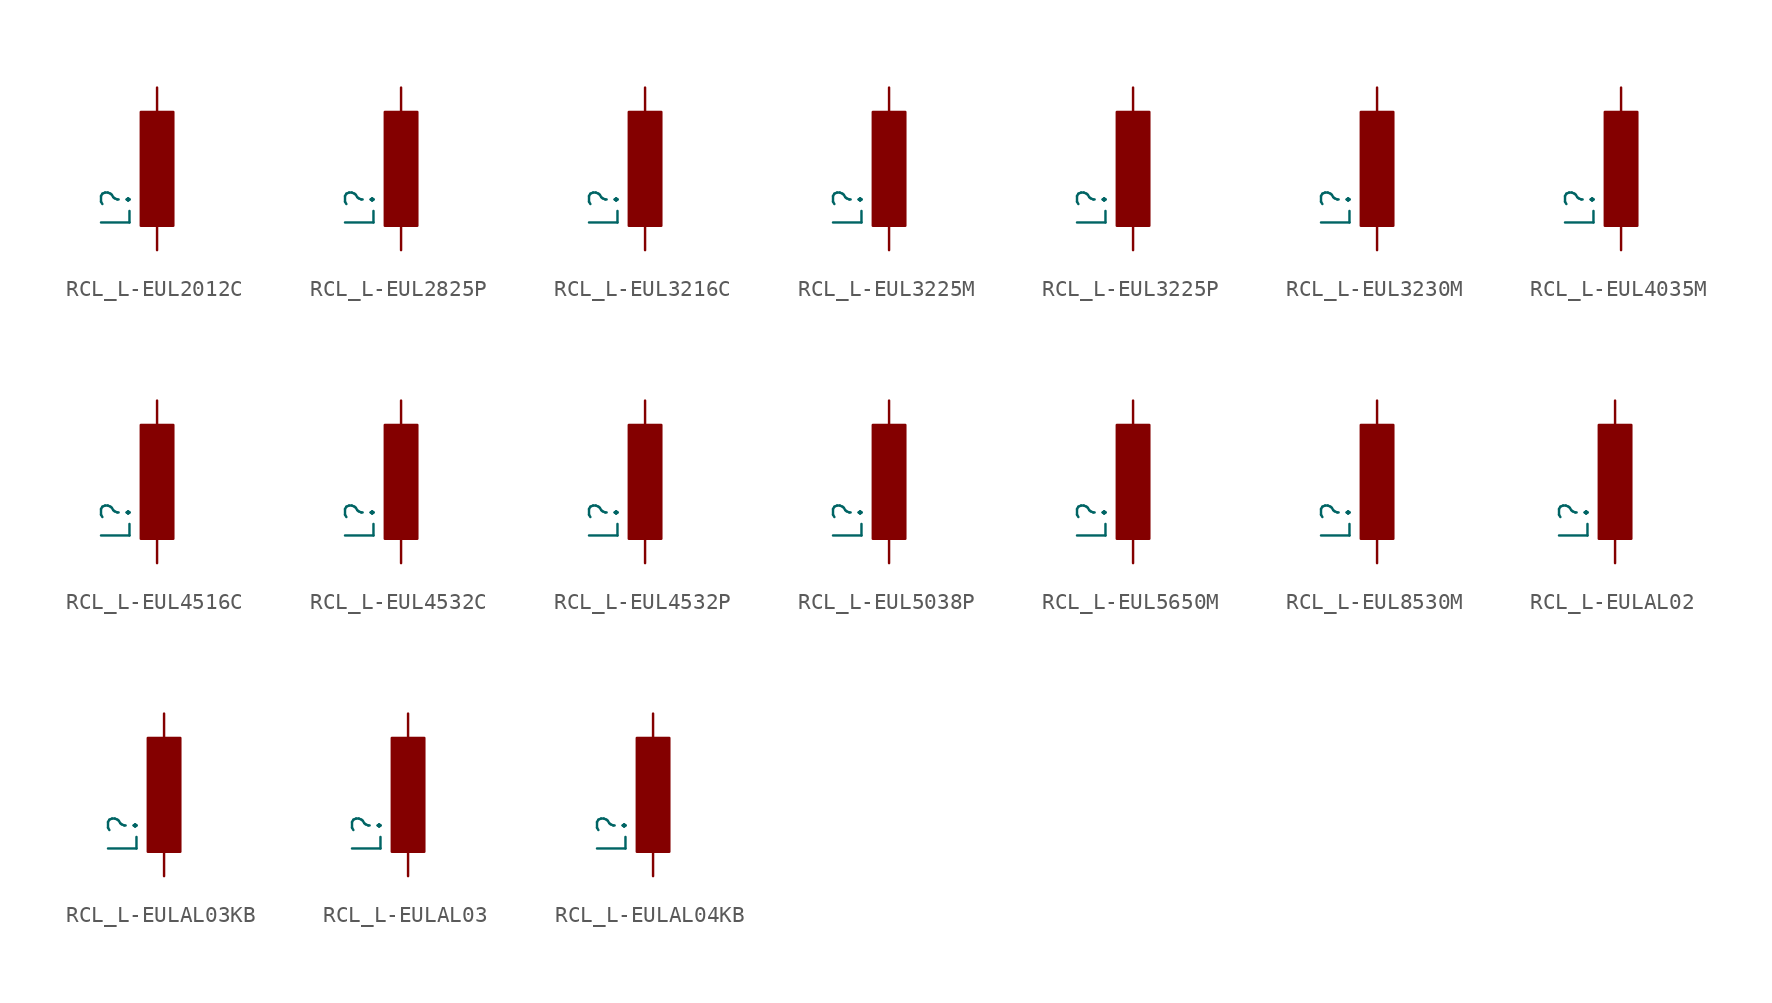
<source format=kicad_sym>
(kicad_symbol_lib
  (version 20241209)
  (generator "kicad_symbol_editor")
  (generator_version "9.0")
  (symbol "RCL_L-EUL2012C"
    (property "Reference" "L"
      (at -1.499 -3.81 90)
      (effects (font (size 1.778 1.511)) (justify left bottom)))
    (property "Value" ""
      (at 3.302 -3.81 90)
      (effects (font (size 1.778 1.511)) (justify left bottom)))
    (property "ki_locked" ""
      (at 0 0 0)
      (effects (font (size 1.27 1.27))))
    (symbol "RCL_L-EUL2012C_1_0"
      (rectangle (start -1.016 -3.556) (end 1.016 3.556) (stroke (width 0) (type default)) (fill (type outline)))
      (pin passive line (at 0 5.08 270) (length 2.54) (name "1" (effects (font (size 0 0)))) (number "1" (effects (font (size 0 0)))))
      (pin passive line (at 0 -5.08 90) (length 2.54) (name "2" (effects (font (size 0 0)))) (number "2" (effects (font (size 0 0)))))))
  (symbol "RCL_L-EUL2825P"
    (property "Reference" "L"
      (at -1.499 -3.81 90)
      (effects (font (size 1.778 1.511)) (justify left bottom)))
    (property "Value" ""
      (at 3.302 -3.81 90)
      (effects (font (size 1.778 1.511)) (justify left bottom)))
    (property "ki_locked" ""
      (at 0 0 0)
      (effects (font (size 1.27 1.27))))
    (symbol "RCL_L-EUL2825P_1_0"
      (rectangle (start -1.016 -3.556) (end 1.016 3.556) (stroke (width 0) (type default)) (fill (type outline)))
      (pin passive line (at 0 5.08 270) (length 2.54) (name "1" (effects (font (size 0 0)))) (number "1" (effects (font (size 0 0)))))
      (pin passive line (at 0 -5.08 90) (length 2.54) (name "2" (effects (font (size 0 0)))) (number "2" (effects (font (size 0 0)))))))
  (symbol "RCL_L-EUL3216C"
    (property "Reference" "L"
      (at -1.499 -3.81 90)
      (effects (font (size 1.778 1.511)) (justify left bottom)))
    (property "Value" ""
      (at 3.302 -3.81 90)
      (effects (font (size 1.778 1.511)) (justify left bottom)))
    (property "ki_locked" ""
      (at 0 0 0)
      (effects (font (size 1.27 1.27))))
    (symbol "RCL_L-EUL3216C_1_0"
      (rectangle (start -1.016 -3.556) (end 1.016 3.556) (stroke (width 0) (type default)) (fill (type outline)))
      (pin passive line (at 0 5.08 270) (length 2.54) (name "1" (effects (font (size 0 0)))) (number "1" (effects (font (size 0 0)))))
      (pin passive line (at 0 -5.08 90) (length 2.54) (name "2" (effects (font (size 0 0)))) (number "2" (effects (font (size 0 0)))))))
  (symbol "RCL_L-EUL3225M"
    (property "Reference" "L"
      (at -1.499 -3.81 90)
      (effects (font (size 1.778 1.511)) (justify left bottom)))
    (property "Value" ""
      (at 3.302 -3.81 90)
      (effects (font (size 1.778 1.511)) (justify left bottom)))
    (property "ki_locked" ""
      (at 0 0 0)
      (effects (font (size 1.27 1.27))))
    (symbol "RCL_L-EUL3225M_1_0"
      (rectangle (start -1.016 -3.556) (end 1.016 3.556) (stroke (width 0) (type default)) (fill (type outline)))
      (pin passive line (at 0 5.08 270) (length 2.54) (name "1" (effects (font (size 0 0)))) (number "1" (effects (font (size 0 0)))))
      (pin passive line (at 0 -5.08 90) (length 2.54) (name "2" (effects (font (size 0 0)))) (number "2" (effects (font (size 0 0)))))))
  (symbol "RCL_L-EUL3225P"
    (property "Reference" "L"
      (at -1.499 -3.81 90)
      (effects (font (size 1.778 1.511)) (justify left bottom)))
    (property "Value" ""
      (at 3.302 -3.81 90)
      (effects (font (size 1.778 1.511)) (justify left bottom)))
    (property "ki_locked" ""
      (at 0 0 0)
      (effects (font (size 1.27 1.27))))
    (symbol "RCL_L-EUL3225P_1_0"
      (rectangle (start -1.016 -3.556) (end 1.016 3.556) (stroke (width 0) (type default)) (fill (type outline)))
      (pin passive line (at 0 5.08 270) (length 2.54) (name "1" (effects (font (size 0 0)))) (number "1" (effects (font (size 0 0)))))
      (pin passive line (at 0 -5.08 90) (length 2.54) (name "2" (effects (font (size 0 0)))) (number "2" (effects (font (size 0 0)))))))
  (symbol "RCL_L-EUL3230M"
    (property "Reference" "L"
      (at -1.499 -3.81 90)
      (effects (font (size 1.778 1.511)) (justify left bottom)))
    (property "Value" ""
      (at 3.302 -3.81 90)
      (effects (font (size 1.778 1.511)) (justify left bottom)))
    (property "ki_locked" ""
      (at 0 0 0)
      (effects (font (size 1.27 1.27))))
    (symbol "RCL_L-EUL3230M_1_0"
      (rectangle (start -1.016 -3.556) (end 1.016 3.556) (stroke (width 0) (type default)) (fill (type outline)))
      (pin passive line (at 0 5.08 270) (length 2.54) (name "1" (effects (font (size 0 0)))) (number "1" (effects (font (size 0 0)))))
      (pin passive line (at 0 -5.08 90) (length 2.54) (name "2" (effects (font (size 0 0)))) (number "2" (effects (font (size 0 0)))))))
  (symbol "RCL_L-EUL4035M"
    (property "Reference" "L"
      (at -1.499 -3.81 90)
      (effects (font (size 1.778 1.511)) (justify left bottom)))
    (property "Value" ""
      (at 3.302 -3.81 90)
      (effects (font (size 1.778 1.511)) (justify left bottom)))
    (property "ki_locked" ""
      (at 0 0 0)
      (effects (font (size 1.27 1.27))))
    (symbol "RCL_L-EUL4035M_1_0"
      (rectangle (start -1.016 -3.556) (end 1.016 3.556) (stroke (width 0) (type default)) (fill (type outline)))
      (pin passive line (at 0 5.08 270) (length 2.54) (name "1" (effects (font (size 0 0)))) (number "1" (effects (font (size 0 0)))))
      (pin passive line (at 0 -5.08 90) (length 2.54) (name "2" (effects (font (size 0 0)))) (number "2" (effects (font (size 0 0)))))))
  (symbol "RCL_L-EUL4516C"
    (property "Reference" "L"
      (at -1.499 -3.81 90)
      (effects (font (size 1.778 1.511)) (justify left bottom)))
    (property "Value" ""
      (at 3.302 -3.81 90)
      (effects (font (size 1.778 1.511)) (justify left bottom)))
    (property "ki_locked" ""
      (at 0 0 0)
      (effects (font (size 1.27 1.27))))
    (symbol "RCL_L-EUL4516C_1_0"
      (rectangle (start -1.016 -3.556) (end 1.016 3.556) (stroke (width 0) (type default)) (fill (type outline)))
      (pin passive line (at 0 5.08 270) (length 2.54) (name "1" (effects (font (size 0 0)))) (number "1" (effects (font (size 0 0)))))
      (pin passive line (at 0 -5.08 90) (length 2.54) (name "2" (effects (font (size 0 0)))) (number "2" (effects (font (size 0 0)))))))
  (symbol "RCL_L-EUL4532C"
    (property "Reference" "L"
      (at -1.499 -3.81 90)
      (effects (font (size 1.778 1.511)) (justify left bottom)))
    (property "Value" ""
      (at 3.302 -3.81 90)
      (effects (font (size 1.778 1.511)) (justify left bottom)))
    (property "ki_locked" ""
      (at 0 0 0)
      (effects (font (size 1.27 1.27))))
    (symbol "RCL_L-EUL4532C_1_0"
      (rectangle (start -1.016 -3.556) (end 1.016 3.556) (stroke (width 0) (type default)) (fill (type outline)))
      (pin passive line (at 0 5.08 270) (length 2.54) (name "1" (effects (font (size 0 0)))) (number "1" (effects (font (size 0 0)))))
      (pin passive line (at 0 -5.08 90) (length 2.54) (name "2" (effects (font (size 0 0)))) (number "2" (effects (font (size 0 0)))))))
  (symbol "RCL_L-EUL4532P"
    (property "Reference" "L"
      (at -1.499 -3.81 90)
      (effects (font (size 1.778 1.511)) (justify left bottom)))
    (property "Value" ""
      (at 3.302 -3.81 90)
      (effects (font (size 1.778 1.511)) (justify left bottom)))
    (property "ki_locked" ""
      (at 0 0 0)
      (effects (font (size 1.27 1.27))))
    (symbol "RCL_L-EUL4532P_1_0"
      (rectangle (start -1.016 -3.556) (end 1.016 3.556) (stroke (width 0) (type default)) (fill (type outline)))
      (pin passive line (at 0 5.08 270) (length 2.54) (name "1" (effects (font (size 0 0)))) (number "1" (effects (font (size 0 0)))))
      (pin passive line (at 0 -5.08 90) (length 2.54) (name "2" (effects (font (size 0 0)))) (number "2" (effects (font (size 0 0)))))))
  (symbol "RCL_L-EUL5038P"
    (property "Reference" "L"
      (at -1.499 -3.81 90)
      (effects (font (size 1.778 1.511)) (justify left bottom)))
    (property "Value" ""
      (at 3.302 -3.81 90)
      (effects (font (size 1.778 1.511)) (justify left bottom)))
    (property "ki_locked" ""
      (at 0 0 0)
      (effects (font (size 1.27 1.27))))
    (symbol "RCL_L-EUL5038P_1_0"
      (rectangle (start -1.016 -3.556) (end 1.016 3.556) (stroke (width 0) (type default)) (fill (type outline)))
      (pin passive line (at 0 5.08 270) (length 2.54) (name "1" (effects (font (size 0 0)))) (number "1" (effects (font (size 0 0)))))
      (pin passive line (at 0 -5.08 90) (length 2.54) (name "2" (effects (font (size 0 0)))) (number "2" (effects (font (size 0 0)))))))
  (symbol "RCL_L-EUL5650M"
    (property "Reference" "L"
      (at -1.499 -3.81 90)
      (effects (font (size 1.778 1.511)) (justify left bottom)))
    (property "Value" ""
      (at 3.302 -3.81 90)
      (effects (font (size 1.778 1.511)) (justify left bottom)))
    (property "ki_locked" ""
      (at 0 0 0)
      (effects (font (size 1.27 1.27))))
    (symbol "RCL_L-EUL5650M_1_0"
      (rectangle (start -1.016 -3.556) (end 1.016 3.556) (stroke (width 0) (type default)) (fill (type outline)))
      (pin passive line (at 0 5.08 270) (length 2.54) (name "1" (effects (font (size 0 0)))) (number "1" (effects (font (size 0 0)))))
      (pin passive line (at 0 -5.08 90) (length 2.54) (name "2" (effects (font (size 0 0)))) (number "2" (effects (font (size 0 0)))))))
  (symbol "RCL_L-EUL8530M"
    (property "Reference" "L"
      (at -1.499 -3.81 90)
      (effects (font (size 1.778 1.511)) (justify left bottom)))
    (property "Value" ""
      (at 3.302 -3.81 90)
      (effects (font (size 1.778 1.511)) (justify left bottom)))
    (property "ki_locked" ""
      (at 0 0 0)
      (effects (font (size 1.27 1.27))))
    (symbol "RCL_L-EUL8530M_1_0"
      (rectangle (start -1.016 -3.556) (end 1.016 3.556) (stroke (width 0) (type default)) (fill (type outline)))
      (pin passive line (at 0 5.08 270) (length 2.54) (name "1" (effects (font (size 0 0)))) (number "1" (effects (font (size 0 0)))))
      (pin passive line (at 0 -5.08 90) (length 2.54) (name "2" (effects (font (size 0 0)))) (number "2" (effects (font (size 0 0)))))))
  (symbol "RCL_L-EULAL02"
    (property "Reference" "L"
      (at -1.499 -3.81 90)
      (effects (font (size 1.778 1.511)) (justify left bottom)))
    (property "Value" ""
      (at 3.302 -3.81 90)
      (effects (font (size 1.778 1.511)) (justify left bottom)))
    (property "ki_locked" ""
      (at 0 0 0)
      (effects (font (size 1.27 1.27))))
    (symbol "RCL_L-EULAL02_1_0"
      (rectangle (start -1.016 -3.556) (end 1.016 3.556) (stroke (width 0) (type default)) (fill (type outline)))
      (pin passive line (at 0 5.08 270) (length 2.54) (name "1" (effects (font (size 0 0)))) (number "1" (effects (font (size 0 0)))))
      (pin passive line (at 0 -5.08 90) (length 2.54) (name "2" (effects (font (size 0 0)))) (number "2" (effects (font (size 0 0)))))))
  (symbol "RCL_L-EULAL03KB"
    (property "Reference" "L"
      (at -1.499 -3.81 90)
      (effects (font (size 1.778 1.511)) (justify left bottom)))
    (property "Value" ""
      (at 3.302 -3.81 90)
      (effects (font (size 1.778 1.511)) (justify left bottom)))
    (property "ki_locked" ""
      (at 0 0 0)
      (effects (font (size 1.27 1.27))))
    (symbol "RCL_L-EULAL03KB_1_0"
      (rectangle (start -1.016 -3.556) (end 1.016 3.556) (stroke (width 0) (type default)) (fill (type outline)))
      (pin passive line (at 0 5.08 270) (length 2.54) (name "1" (effects (font (size 0 0)))) (number "1" (effects (font (size 0 0)))))
      (pin passive line (at 0 -5.08 90) (length 2.54) (name "2" (effects (font (size 0 0)))) (number "2" (effects (font (size 0 0)))))))
  (symbol "RCL_L-EULAL03"
    (property "Reference" "L"
      (at -1.499 -3.81 90)
      (effects (font (size 1.778 1.511)) (justify left bottom)))
    (property "Value" ""
      (at 3.302 -3.81 90)
      (effects (font (size 1.778 1.511)) (justify left bottom)))
    (property "ki_locked" ""
      (at 0 0 0)
      (effects (font (size 1.27 1.27))))
    (symbol "RCL_L-EULAL03_1_0"
      (rectangle (start -1.016 -3.556) (end 1.016 3.556) (stroke (width 0) (type default)) (fill (type outline)))
      (pin passive line (at 0 5.08 270) (length 2.54) (name "1" (effects (font (size 0 0)))) (number "1" (effects (font (size 0 0)))))
      (pin passive line (at 0 -5.08 90) (length 2.54) (name "2" (effects (font (size 0 0)))) (number "2" (effects (font (size 0 0)))))))
  (symbol "RCL_L-EULAL04KB"
    (property "Reference" "L"
      (at -1.499 -3.81 90)
      (effects (font (size 1.778 1.511)) (justify left bottom)))
    (property "Value" ""
      (at 3.302 -3.81 90)
      (effects (font (size 1.778 1.511)) (justify left bottom)))
    (property "ki_locked" ""
      (at 0 0 0)
      (effects (font (size 1.27 1.27))))
    (symbol "RCL_L-EULAL04KB_1_0"
      (rectangle (start -1.016 -3.556) (end 1.016 3.556) (stroke (width 0) (type default)) (fill (type outline)))
      (pin passive line (at 0 5.08 270) (length 2.54) (name "1" (effects (font (size 0 0)))) (number "1" (effects (font (size 0 0)))))
      (pin passive line (at 0 -5.08 90) (length 2.54) (name "2" (effects (font (size 0 0)))) (number "2" (effects (font (size 0 0))))))))
</source>
